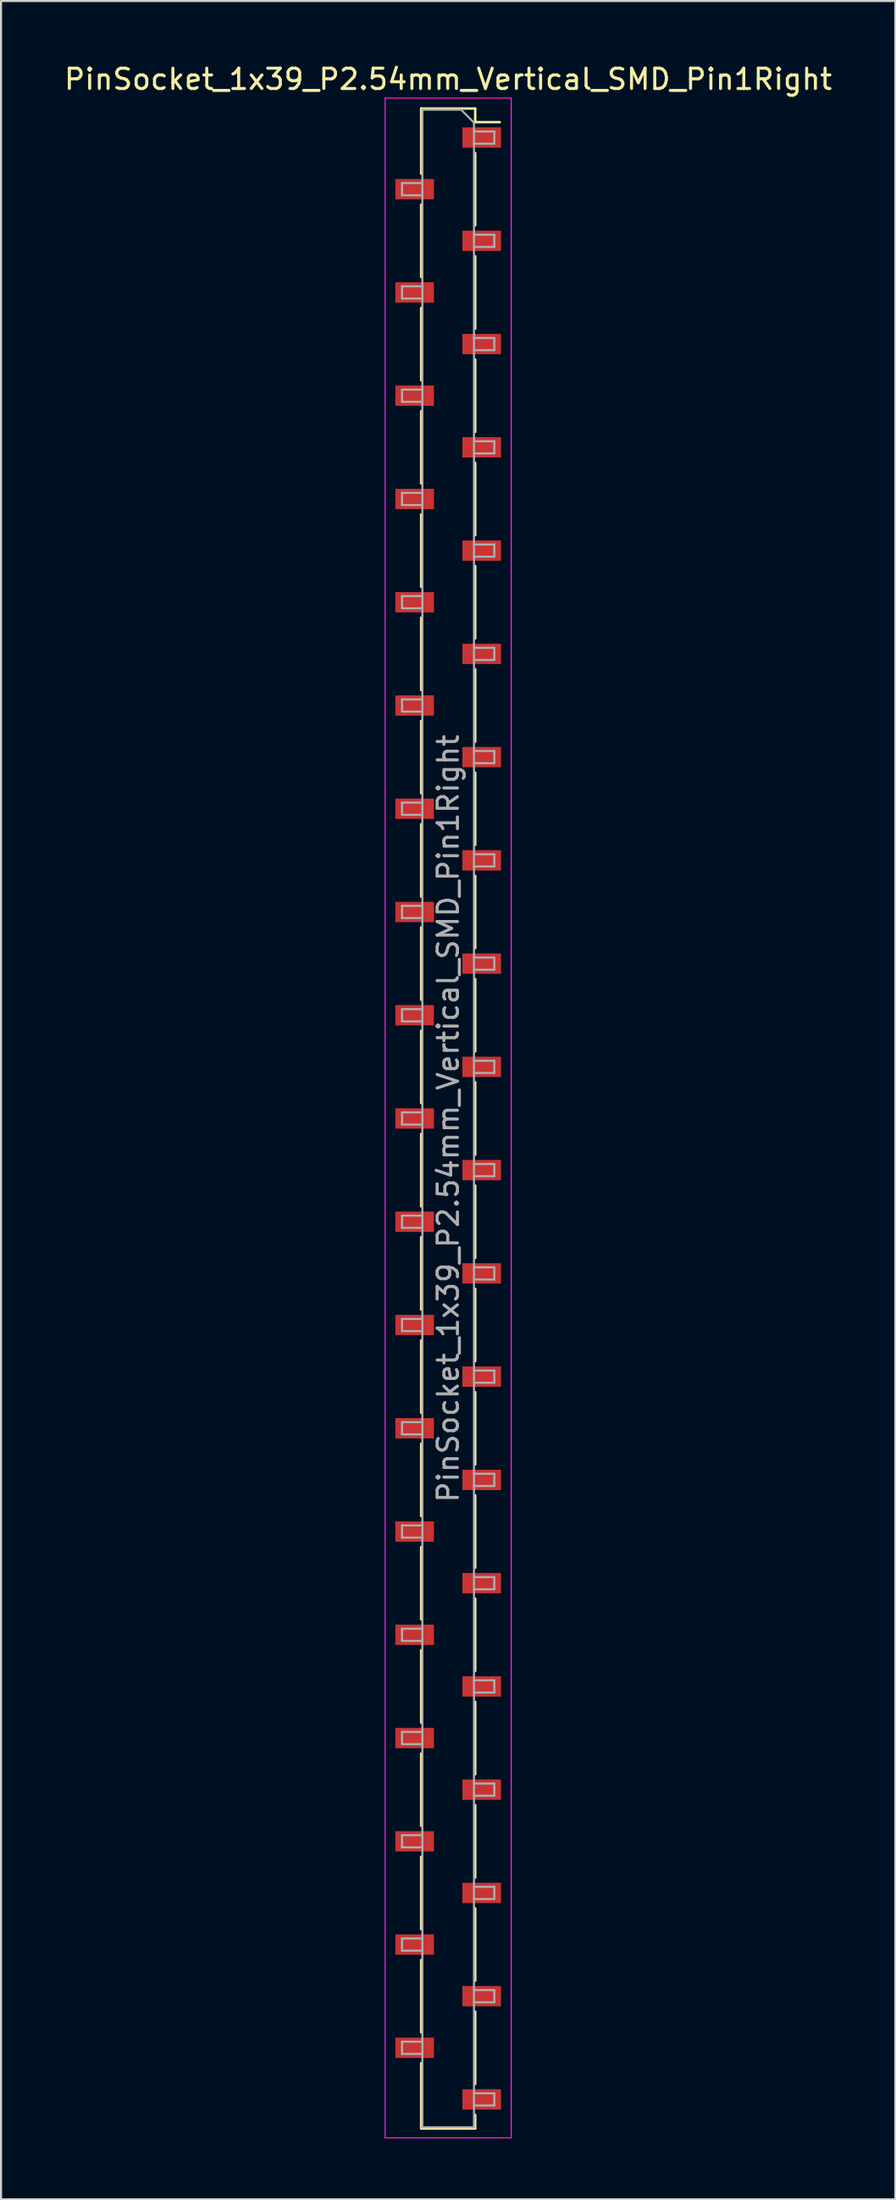
<source format=kicad_pcb>
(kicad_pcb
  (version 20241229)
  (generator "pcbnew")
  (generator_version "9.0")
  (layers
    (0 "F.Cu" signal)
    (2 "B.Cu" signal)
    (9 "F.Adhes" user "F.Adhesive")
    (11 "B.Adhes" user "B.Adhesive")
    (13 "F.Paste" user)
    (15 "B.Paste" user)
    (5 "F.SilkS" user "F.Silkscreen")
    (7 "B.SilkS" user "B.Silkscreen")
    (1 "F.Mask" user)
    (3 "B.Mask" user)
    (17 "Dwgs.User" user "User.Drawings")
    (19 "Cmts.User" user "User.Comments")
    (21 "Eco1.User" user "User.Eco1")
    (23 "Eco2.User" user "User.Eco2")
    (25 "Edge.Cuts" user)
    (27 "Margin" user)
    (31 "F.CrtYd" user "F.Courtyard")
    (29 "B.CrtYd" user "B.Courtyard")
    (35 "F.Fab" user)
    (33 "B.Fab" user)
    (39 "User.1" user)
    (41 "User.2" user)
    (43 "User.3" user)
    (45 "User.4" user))
  (footprint "PinSocket_1x39_P2.54mm_Vertical_SMD_Pin1Right"
    (layer "F.Cu")
    (at 19.006 51.978)
    (property "Reference" "PinSocket_1x39_P2.54mm_Vertical_SMD_Pin1Right" (at 0 -51.13 0) (layer "F.SilkS") (effects (font (size 1 1) (thickness 0.15))))
    (attr smd)
    (fp_line (start -1.33 -49.69) (end -1.33 -46.48) (stroke (width 0.12) (type solid)) (layer "F.SilkS"))
    (fp_line (start -1.33 -49.69) (end 1.33 -49.69) (stroke (width 0.12) (type solid)) (layer "F.SilkS"))
    (fp_line (start -1.33 -44.96) (end -1.33 -41.4) (stroke (width 0.12) (type solid)) (layer "F.SilkS"))
    (fp_line (start -1.33 -39.88) (end -1.33 -36.32) (stroke (width 0.12) (type solid)) (layer "F.SilkS"))
    (fp_line (start -1.33 -34.8) (end -1.33 -31.24) (stroke (width 0.12) (type solid)) (layer "F.SilkS"))
    (fp_line (start -1.33 -29.72) (end -1.33 -26.16) (stroke (width 0.12) (type solid)) (layer "F.SilkS"))
    (fp_line (start -1.33 -24.64) (end -1.33 -21.08) (stroke (width 0.12) (type solid)) (layer "F.SilkS"))
    (fp_line (start -1.33 -19.56) (end -1.33 -16) (stroke (width 0.12) (type solid)) (layer "F.SilkS"))
    (fp_line (start -1.33 -14.48) (end -1.33 -10.92) (stroke (width 0.12) (type solid)) (layer "F.SilkS"))
    (fp_line (start -1.33 -9.4) (end -1.33 -5.84) (stroke (width 0.12) (type solid)) (layer "F.SilkS"))
    (fp_line (start -1.33 -4.32) (end -1.33 -0.76) (stroke (width 0.12) (type solid)) (layer "F.SilkS"))
    (fp_line (start -1.33 0.76) (end -1.33 4.32) (stroke (width 0.12) (type solid)) (layer "F.SilkS"))
    (fp_line (start -1.33 5.84) (end -1.33 9.4) (stroke (width 0.12) (type solid)) (layer "F.SilkS"))
    (fp_line (start -1.33 10.92) (end -1.33 14.48) (stroke (width 0.12) (type solid)) (layer "F.SilkS"))
    (fp_line (start -1.33 16) (end -1.33 19.56) (stroke (width 0.12) (type solid)) (layer "F.SilkS"))
    (fp_line (start -1.33 21.08) (end -1.33 24.64) (stroke (width 0.12) (type solid)) (layer "F.SilkS"))
    (fp_line (start -1.33 26.16) (end -1.33 29.72) (stroke (width 0.12) (type solid)) (layer "F.SilkS"))
    (fp_line (start -1.33 31.24) (end -1.33 34.8) (stroke (width 0.12) (type solid)) (layer "F.SilkS"))
    (fp_line (start -1.33 36.32) (end -1.33 39.88) (stroke (width 0.12) (type solid)) (layer "F.SilkS"))
    (fp_line (start -1.33 41.4) (end -1.33 44.96) (stroke (width 0.12) (type solid)) (layer "F.SilkS"))
    (fp_line (start -1.33 46.48) (end -1.33 49.69) (stroke (width 0.12) (type solid)) (layer "F.SilkS"))
    (fp_line (start -1.33 49.69) (end 1.33 49.69) (stroke (width 0.12) (type solid)) (layer "F.SilkS"))
    (fp_line (start 1.33 -49.69) (end 1.33 -49.02) (stroke (width 0.12) (type solid)) (layer "F.SilkS"))
    (fp_line (start 1.33 -49.02) (end 2.54 -49.02) (stroke (width 0.12) (type solid)) (layer "F.SilkS"))
    (fp_line (start 1.33 -47.5) (end 1.33 -43.94) (stroke (width 0.12) (type solid)) (layer "F.SilkS"))
    (fp_line (start 1.33 -42.42) (end 1.33 -38.86) (stroke (width 0.12) (type solid)) (layer "F.SilkS"))
    (fp_line (start 1.33 -37.34) (end 1.33 -33.78) (stroke (width 0.12) (type solid)) (layer "F.SilkS"))
    (fp_line (start 1.33 -32.26) (end 1.33 -28.7) (stroke (width 0.12) (type solid)) (layer "F.SilkS"))
    (fp_line (start 1.33 -27.18) (end 1.33 -23.62) (stroke (width 0.12) (type solid)) (layer "F.SilkS"))
    (fp_line (start 1.33 -22.1) (end 1.33 -18.54) (stroke (width 0.12) (type solid)) (layer "F.SilkS"))
    (fp_line (start 1.33 -17.02) (end 1.33 -13.46) (stroke (width 0.12) (type solid)) (layer "F.SilkS"))
    (fp_line (start 1.33 -11.94) (end 1.33 -8.38) (stroke (width 0.12) (type solid)) (layer "F.SilkS"))
    (fp_line (start 1.33 -6.86) (end 1.33 -3.3) (stroke (width 0.12) (type solid)) (layer "F.SilkS"))
    (fp_line (start 1.33 -1.78) (end 1.33 1.78) (stroke (width 0.12) (type solid)) (layer "F.SilkS"))
    (fp_line (start 1.33 3.3) (end 1.33 6.86) (stroke (width 0.12) (type solid)) (layer "F.SilkS"))
    (fp_line (start 1.33 8.38) (end 1.33 11.94) (stroke (width 0.12) (type solid)) (layer "F.SilkS"))
    (fp_line (start 1.33 13.46) (end 1.33 17.02) (stroke (width 0.12) (type solid)) (layer "F.SilkS"))
    (fp_line (start 1.33 18.54) (end 1.33 22.1) (stroke (width 0.12) (type solid)) (layer "F.SilkS"))
    (fp_line (start 1.33 23.62) (end 1.33 27.18) (stroke (width 0.12) (type solid)) (layer "F.SilkS"))
    (fp_line (start 1.33 28.7) (end 1.33 32.26) (stroke (width 0.12) (type solid)) (layer "F.SilkS"))
    (fp_line (start 1.33 33.78) (end 1.33 37.34) (stroke (width 0.12) (type solid)) (layer "F.SilkS"))
    (fp_line (start 1.33 38.86) (end 1.33 42.42) (stroke (width 0.12) (type solid)) (layer "F.SilkS"))
    (fp_line (start 1.33 43.94) (end 1.33 47.5) (stroke (width 0.12) (type solid)) (layer "F.SilkS"))
    (fp_line (start 1.33 49.02) (end 1.33 49.69) (stroke (width 0.12) (type solid)) (layer "F.SilkS"))
    (fp_line (start -3.1 -50.2) (end 3.1 -50.2) (stroke (width 0.05) (type solid)) (layer "F.CrtYd"))
    (fp_line (start -3.1 50.15) (end -3.1 -50.2) (stroke (width 0.05) (type solid)) (layer "F.CrtYd"))
    (fp_line (start 3.1 -50.2) (end 3.1 50.15) (stroke (width 0.05) (type solid)) (layer "F.CrtYd"))
    (fp_line (start 3.1 50.15) (end -3.1 50.15) (stroke (width 0.05) (type solid)) (layer "F.CrtYd"))
    (fp_line (start -2.27 -46.02) (end -1.27 -46.02) (stroke (width 0.1) (type solid)) (layer "F.Fab"))
    (fp_line (start -2.27 -45.42) (end -2.27 -46.02) (stroke (width 0.1) (type solid)) (layer "F.Fab"))
    (fp_line (start -2.27 -40.94) (end -1.27 -40.94) (stroke (width 0.1) (type solid)) (layer "F.Fab"))
    (fp_line (start -2.27 -40.34) (end -2.27 -40.94) (stroke (width 0.1) (type solid)) (layer "F.Fab"))
    (fp_line (start -2.27 -35.86) (end -1.27 -35.86) (stroke (width 0.1) (type solid)) (layer "F.Fab"))
    (fp_line (start -2.27 -35.26) (end -2.27 -35.86) (stroke (width 0.1) (type solid)) (layer "F.Fab"))
    (fp_line (start -2.27 -30.78) (end -1.27 -30.78) (stroke (width 0.1) (type solid)) (layer "F.Fab"))
    (fp_line (start -2.27 -30.18) (end -2.27 -30.78) (stroke (width 0.1) (type solid)) (layer "F.Fab"))
    (fp_line (start -2.27 -25.7) (end -1.27 -25.7) (stroke (width 0.1) (type solid)) (layer "F.Fab"))
    (fp_line (start -2.27 -25.1) (end -2.27 -25.7) (stroke (width 0.1) (type solid)) (layer "F.Fab"))
    (fp_line (start -2.27 -20.62) (end -1.27 -20.62) (stroke (width 0.1) (type solid)) (layer "F.Fab"))
    (fp_line (start -2.27 -20.02) (end -2.27 -20.62) (stroke (width 0.1) (type solid)) (layer "F.Fab"))
    (fp_line (start -2.27 -15.54) (end -1.27 -15.54) (stroke (width 0.1) (type solid)) (layer "F.Fab"))
    (fp_line (start -2.27 -14.94) (end -2.27 -15.54) (stroke (width 0.1) (type solid)) (layer "F.Fab"))
    (fp_line (start -2.27 -10.46) (end -1.27 -10.46) (stroke (width 0.1) (type solid)) (layer "F.Fab"))
    (fp_line (start -2.27 -9.86) (end -2.27 -10.46) (stroke (width 0.1) (type solid)) (layer "F.Fab"))
    (fp_line (start -2.27 -5.38) (end -1.27 -5.38) (stroke (width 0.1) (type solid)) (layer "F.Fab"))
    (fp_line (start -2.27 -4.78) (end -2.27 -5.38) (stroke (width 0.1) (type solid)) (layer "F.Fab"))
    (fp_line (start -2.27 -0.3) (end -1.27 -0.3) (stroke (width 0.1) (type solid)) (layer "F.Fab"))
    (fp_line (start -2.27 0.3) (end -2.27 -0.3) (stroke (width 0.1) (type solid)) (layer "F.Fab"))
    (fp_line (start -2.27 4.78) (end -1.27 4.78) (stroke (width 0.1) (type solid)) (layer "F.Fab"))
    (fp_line (start -2.27 5.38) (end -2.27 4.78) (stroke (width 0.1) (type solid)) (layer "F.Fab"))
    (fp_line (start -2.27 9.86) (end -1.27 9.86) (stroke (width 0.1) (type solid)) (layer "F.Fab"))
    (fp_line (start -2.27 10.46) (end -2.27 9.86) (stroke (width 0.1) (type solid)) (layer "F.Fab"))
    (fp_line (start -2.27 14.94) (end -1.27 14.94) (stroke (width 0.1) (type solid)) (layer "F.Fab"))
    (fp_line (start -2.27 15.54) (end -2.27 14.94) (stroke (width 0.1) (type solid)) (layer "F.Fab"))
    (fp_line (start -2.27 20.02) (end -1.27 20.02) (stroke (width 0.1) (type solid)) (layer "F.Fab"))
    (fp_line (start -2.27 20.62) (end -2.27 20.02) (stroke (width 0.1) (type solid)) (layer "F.Fab"))
    (fp_line (start -2.27 25.1) (end -1.27 25.1) (stroke (width 0.1) (type solid)) (layer "F.Fab"))
    (fp_line (start -2.27 25.7) (end -2.27 25.1) (stroke (width 0.1) (type solid)) (layer "F.Fab"))
    (fp_line (start -2.27 30.18) (end -1.27 30.18) (stroke (width 0.1) (type solid)) (layer "F.Fab"))
    (fp_line (start -2.27 30.78) (end -2.27 30.18) (stroke (width 0.1) (type solid)) (layer "F.Fab"))
    (fp_line (start -2.27 35.26) (end -1.27 35.26) (stroke (width 0.1) (type solid)) (layer "F.Fab"))
    (fp_line (start -2.27 35.86) (end -2.27 35.26) (stroke (width 0.1) (type solid)) (layer "F.Fab"))
    (fp_line (start -2.27 40.34) (end -1.27 40.34) (stroke (width 0.1) (type solid)) (layer "F.Fab"))
    (fp_line (start -2.27 40.94) (end -2.27 40.34) (stroke (width 0.1) (type solid)) (layer "F.Fab"))
    (fp_line (start -2.27 45.42) (end -1.27 45.42) (stroke (width 0.1) (type solid)) (layer "F.Fab"))
    (fp_line (start -2.27 46.02) (end -2.27 45.42) (stroke (width 0.1) (type solid)) (layer "F.Fab"))
    (fp_line (start -1.27 -49.63) (end 0.635 -49.63) (stroke (width 0.1) (type solid)) (layer "F.Fab"))
    (fp_line (start -1.27 -45.42) (end -2.27 -45.42) (stroke (width 0.1) (type solid)) (layer "F.Fab"))
    (fp_line (start -1.27 -40.34) (end -2.27 -40.34) (stroke (width 0.1) (type solid)) (layer "F.Fab"))
    (fp_line (start -1.27 -35.26) (end -2.27 -35.26) (stroke (width 0.1) (type solid)) (layer "F.Fab"))
    (fp_line (start -1.27 -30.18) (end -2.27 -30.18) (stroke (width 0.1) (type solid)) (layer "F.Fab"))
    (fp_line (start -1.27 -25.1) (end -2.27 -25.1) (stroke (width 0.1) (type solid)) (layer "F.Fab"))
    (fp_line (start -1.27 -20.02) (end -2.27 -20.02) (stroke (width 0.1) (type solid)) (layer "F.Fab"))
    (fp_line (start -1.27 -14.94) (end -2.27 -14.94) (stroke (width 0.1) (type solid)) (layer "F.Fab"))
    (fp_line (start -1.27 -9.86) (end -2.27 -9.86) (stroke (width 0.1) (type solid)) (layer "F.Fab"))
    (fp_line (start -1.27 -4.78) (end -2.27 -4.78) (stroke (width 0.1) (type solid)) (layer "F.Fab"))
    (fp_line (start -1.27 0.3) (end -2.27 0.3) (stroke (width 0.1) (type solid)) (layer "F.Fab"))
    (fp_line (start -1.27 5.38) (end -2.27 5.38) (stroke (width 0.1) (type solid)) (layer "F.Fab"))
    (fp_line (start -1.27 10.46) (end -2.27 10.46) (stroke (width 0.1) (type solid)) (layer "F.Fab"))
    (fp_line (start -1.27 15.54) (end -2.27 15.54) (stroke (width 0.1) (type solid)) (layer "F.Fab"))
    (fp_line (start -1.27 20.62) (end -2.27 20.62) (stroke (width 0.1) (type solid)) (layer "F.Fab"))
    (fp_line (start -1.27 25.7) (end -2.27 25.7) (stroke (width 0.1) (type solid)) (layer "F.Fab"))
    (fp_line (start -1.27 30.78) (end -2.27 30.78) (stroke (width 0.1) (type solid)) (layer "F.Fab"))
    (fp_line (start -1.27 35.86) (end -2.27 35.86) (stroke (width 0.1) (type solid)) (layer "F.Fab"))
    (fp_line (start -1.27 40.94) (end -2.27 40.94) (stroke (width 0.1) (type solid)) (layer "F.Fab"))
    (fp_line (start -1.27 46.02) (end -2.27 46.02) (stroke (width 0.1) (type solid)) (layer "F.Fab"))
    (fp_line (start -1.27 49.63) (end -1.27 -49.63) (stroke (width 0.1) (type solid)) (layer "F.Fab"))
    (fp_line (start 0.635 -49.63) (end 1.27 -48.995) (stroke (width 0.1) (type solid)) (layer "F.Fab"))
    (fp_line (start 1.27 -48.995) (end 1.27 49.63) (stroke (width 0.1) (type solid)) (layer "F.Fab"))
    (fp_line (start 1.27 -48.56) (end 2.27 -48.56) (stroke (width 0.1) (type solid)) (layer "F.Fab"))
    (fp_line (start 1.27 -43.48) (end 2.27 -43.48) (stroke (width 0.1) (type solid)) (layer "F.Fab"))
    (fp_line (start 1.27 -38.4) (end 2.27 -38.4) (stroke (width 0.1) (type solid)) (layer "F.Fab"))
    (fp_line (start 1.27 -33.32) (end 2.27 -33.32) (stroke (width 0.1) (type solid)) (layer "F.Fab"))
    (fp_line (start 1.27 -28.24) (end 2.27 -28.24) (stroke (width 0.1) (type solid)) (layer "F.Fab"))
    (fp_line (start 1.27 -23.16) (end 2.27 -23.16) (stroke (width 0.1) (type solid)) (layer "F.Fab"))
    (fp_line (start 1.27 -18.08) (end 2.27 -18.08) (stroke (width 0.1) (type solid)) (layer "F.Fab"))
    (fp_line (start 1.27 -13) (end 2.27 -13) (stroke (width 0.1) (type solid)) (layer "F.Fab"))
    (fp_line (start 1.27 -7.92) (end 2.27 -7.92) (stroke (width 0.1) (type solid)) (layer "F.Fab"))
    (fp_line (start 1.27 -2.84) (end 2.27 -2.84) (stroke (width 0.1) (type solid)) (layer "F.Fab"))
    (fp_line (start 1.27 2.24) (end 2.27 2.24) (stroke (width 0.1) (type solid)) (layer "F.Fab"))
    (fp_line (start 1.27 7.32) (end 2.27 7.32) (stroke (width 0.1) (type solid)) (layer "F.Fab"))
    (fp_line (start 1.27 12.4) (end 2.27 12.4) (stroke (width 0.1) (type solid)) (layer "F.Fab"))
    (fp_line (start 1.27 17.48) (end 2.27 17.48) (stroke (width 0.1) (type solid)) (layer "F.Fab"))
    (fp_line (start 1.27 22.56) (end 2.27 22.56) (stroke (width 0.1) (type solid)) (layer "F.Fab"))
    (fp_line (start 1.27 27.64) (end 2.27 27.64) (stroke (width 0.1) (type solid)) (layer "F.Fab"))
    (fp_line (start 1.27 32.72) (end 2.27 32.72) (stroke (width 0.1) (type solid)) (layer "F.Fab"))
    (fp_line (start 1.27 37.8) (end 2.27 37.8) (stroke (width 0.1) (type solid)) (layer "F.Fab"))
    (fp_line (start 1.27 42.88) (end 2.27 42.88) (stroke (width 0.1) (type solid)) (layer "F.Fab"))
    (fp_line (start 1.27 47.96) (end 2.27 47.96) (stroke (width 0.1) (type solid)) (layer "F.Fab"))
    (fp_line (start 1.27 49.63) (end -1.27 49.63) (stroke (width 0.1) (type solid)) (layer "F.Fab"))
    (fp_line (start 2.27 -48.56) (end 2.27 -47.96) (stroke (width 0.1) (type solid)) (layer "F.Fab"))
    (fp_line (start 2.27 -47.96) (end 1.27 -47.96) (stroke (width 0.1) (type solid)) (layer "F.Fab"))
    (fp_line (start 2.27 -43.48) (end 2.27 -42.88) (stroke (width 0.1) (type solid)) (layer "F.Fab"))
    (fp_line (start 2.27 -42.88) (end 1.27 -42.88) (stroke (width 0.1) (type solid)) (layer "F.Fab"))
    (fp_line (start 2.27 -38.4) (end 2.27 -37.8) (stroke (width 0.1) (type solid)) (layer "F.Fab"))
    (fp_line (start 2.27 -37.8) (end 1.27 -37.8) (stroke (width 0.1) (type solid)) (layer "F.Fab"))
    (fp_line (start 2.27 -33.32) (end 2.27 -32.72) (stroke (width 0.1) (type solid)) (layer "F.Fab"))
    (fp_line (start 2.27 -32.72) (end 1.27 -32.72) (stroke (width 0.1) (type solid)) (layer "F.Fab"))
    (fp_line (start 2.27 -28.24) (end 2.27 -27.64) (stroke (width 0.1) (type solid)) (layer "F.Fab"))
    (fp_line (start 2.27 -27.64) (end 1.27 -27.64) (stroke (width 0.1) (type solid)) (layer "F.Fab"))
    (fp_line (start 2.27 -23.16) (end 2.27 -22.56) (stroke (width 0.1) (type solid)) (layer "F.Fab"))
    (fp_line (start 2.27 -22.56) (end 1.27 -22.56) (stroke (width 0.1) (type solid)) (layer "F.Fab"))
    (fp_line (start 2.27 -18.08) (end 2.27 -17.48) (stroke (width 0.1) (type solid)) (layer "F.Fab"))
    (fp_line (start 2.27 -17.48) (end 1.27 -17.48) (stroke (width 0.1) (type solid)) (layer "F.Fab"))
    (fp_line (start 2.27 -13) (end 2.27 -12.4) (stroke (width 0.1) (type solid)) (layer "F.Fab"))
    (fp_line (start 2.27 -12.4) (end 1.27 -12.4) (stroke (width 0.1) (type solid)) (layer "F.Fab"))
    (fp_line (start 2.27 -7.92) (end 2.27 -7.32) (stroke (width 0.1) (type solid)) (layer "F.Fab"))
    (fp_line (start 2.27 -7.32) (end 1.27 -7.32) (stroke (width 0.1) (type solid)) (layer "F.Fab"))
    (fp_line (start 2.27 -2.84) (end 2.27 -2.24) (stroke (width 0.1) (type solid)) (layer "F.Fab"))
    (fp_line (start 2.27 -2.24) (end 1.27 -2.24) (stroke (width 0.1) (type solid)) (layer "F.Fab"))
    (fp_line (start 2.27 2.24) (end 2.27 2.84) (stroke (width 0.1) (type solid)) (layer "F.Fab"))
    (fp_line (start 2.27 2.84) (end 1.27 2.84) (stroke (width 0.1) (type solid)) (layer "F.Fab"))
    (fp_line (start 2.27 7.32) (end 2.27 7.92) (stroke (width 0.1) (type solid)) (layer "F.Fab"))
    (fp_line (start 2.27 7.92) (end 1.27 7.92) (stroke (width 0.1) (type solid)) (layer "F.Fab"))
    (fp_line (start 2.27 12.4) (end 2.27 13) (stroke (width 0.1) (type solid)) (layer "F.Fab"))
    (fp_line (start 2.27 13) (end 1.27 13) (stroke (width 0.1) (type solid)) (layer "F.Fab"))
    (fp_line (start 2.27 17.48) (end 2.27 18.08) (stroke (width 0.1) (type solid)) (layer "F.Fab"))
    (fp_line (start 2.27 18.08) (end 1.27 18.08) (stroke (width 0.1) (type solid)) (layer "F.Fab"))
    (fp_line (start 2.27 22.56) (end 2.27 23.16) (stroke (width 0.1) (type solid)) (layer "F.Fab"))
    (fp_line (start 2.27 23.16) (end 1.27 23.16) (stroke (width 0.1) (type solid)) (layer "F.Fab"))
    (fp_line (start 2.27 27.64) (end 2.27 28.24) (stroke (width 0.1) (type solid)) (layer "F.Fab"))
    (fp_line (start 2.27 28.24) (end 1.27 28.24) (stroke (width 0.1) (type solid)) (layer "F.Fab"))
    (fp_line (start 2.27 32.72) (end 2.27 33.32) (stroke (width 0.1) (type solid)) (layer "F.Fab"))
    (fp_line (start 2.27 33.32) (end 1.27 33.32) (stroke (width 0.1) (type solid)) (layer "F.Fab"))
    (fp_line (start 2.27 37.8) (end 2.27 38.4) (stroke (width 0.1) (type solid)) (layer "F.Fab"))
    (fp_line (start 2.27 38.4) (end 1.27 38.4) (stroke (width 0.1) (type solid)) (layer "F.Fab"))
    (fp_line (start 2.27 42.88) (end 2.27 43.48) (stroke (width 0.1) (type solid)) (layer "F.Fab"))
    (fp_line (start 2.27 43.48) (end 1.27 43.48) (stroke (width 0.1) (type solid)) (layer "F.Fab"))
    (fp_line (start 2.27 47.96) (end 2.27 48.56) (stroke (width 0.1) (type solid)) (layer "F.Fab"))
    (fp_line (start 2.27 48.56) (end 1.27 48.56) (stroke (width 0.1) (type solid)) (layer "F.Fab"))
    (fp_text user "${REFERENCE}" (at 0 0 90) (layer "F.Fab") (effects (font (size 1 1) (thickness 0.15))))
    (pad "1" smd rect (at 1.65 -48.26) (size 1.9 1) (layers "F.Cu" "F.Mask" "F.Paste"))
    (pad "2" smd rect (at -1.65 -45.72) (size 1.9 1) (layers "F.Cu" "F.Mask" "F.Paste"))
    (pad "3" smd rect (at 1.65 -43.18) (size 1.9 1) (layers "F.Cu" "F.Mask" "F.Paste"))
    (pad "4" smd rect (at -1.65 -40.64) (size 1.9 1) (layers "F.Cu" "F.Mask" "F.Paste"))
    (pad "5" smd rect (at 1.65 -38.1) (size 1.9 1) (layers "F.Cu" "F.Mask" "F.Paste"))
    (pad "6" smd rect (at -1.65 -35.56) (size 1.9 1) (layers "F.Cu" "F.Mask" "F.Paste"))
    (pad "7" smd rect (at 1.65 -33.02) (size 1.9 1) (layers "F.Cu" "F.Mask" "F.Paste"))
    (pad "8" smd rect (at -1.65 -30.48) (size 1.9 1) (layers "F.Cu" "F.Mask" "F.Paste"))
    (pad "9" smd rect (at 1.65 -27.94) (size 1.9 1) (layers "F.Cu" "F.Mask" "F.Paste"))
    (pad "10" smd rect (at -1.65 -25.4) (size 1.9 1) (layers "F.Cu" "F.Mask" "F.Paste"))
    (pad "11" smd rect (at 1.65 -22.86) (size 1.9 1) (layers "F.Cu" "F.Mask" "F.Paste"))
    (pad "12" smd rect (at -1.65 -20.32) (size 1.9 1) (layers "F.Cu" "F.Mask" "F.Paste"))
    (pad "13" smd rect (at 1.65 -17.78) (size 1.9 1) (layers "F.Cu" "F.Mask" "F.Paste"))
    (pad "14" smd rect (at -1.65 -15.24) (size 1.9 1) (layers "F.Cu" "F.Mask" "F.Paste"))
    (pad "15" smd rect (at 1.65 -12.7) (size 1.9 1) (layers "F.Cu" "F.Mask" "F.Paste"))
    (pad "16" smd rect (at -1.65 -10.16) (size 1.9 1) (layers "F.Cu" "F.Mask" "F.Paste"))
    (pad "17" smd rect (at 1.65 -7.62) (size 1.9 1) (layers "F.Cu" "F.Mask" "F.Paste"))
    (pad "18" smd rect (at -1.65 -5.08) (size 1.9 1) (layers "F.Cu" "F.Mask" "F.Paste"))
    (pad "19" smd rect (at 1.65 -2.54) (size 1.9 1) (layers "F.Cu" "F.Mask" "F.Paste"))
    (pad "20" smd rect (at -1.65 0) (size 1.9 1) (layers "F.Cu" "F.Mask" "F.Paste"))
    (pad "21" smd rect (at 1.65 2.54) (size 1.9 1) (layers "F.Cu" "F.Mask" "F.Paste"))
    (pad "22" smd rect (at -1.65 5.08) (size 1.9 1) (layers "F.Cu" "F.Mask" "F.Paste"))
    (pad "23" smd rect (at 1.65 7.62) (size 1.9 1) (layers "F.Cu" "F.Mask" "F.Paste"))
    (pad "24" smd rect (at -1.65 10.16) (size 1.9 1) (layers "F.Cu" "F.Mask" "F.Paste"))
    (pad "25" smd rect (at 1.65 12.7) (size 1.9 1) (layers "F.Cu" "F.Mask" "F.Paste"))
    (pad "26" smd rect (at -1.65 15.24) (size 1.9 1) (layers "F.Cu" "F.Mask" "F.Paste"))
    (pad "27" smd rect (at 1.65 17.78) (size 1.9 1) (layers "F.Cu" "F.Mask" "F.Paste"))
    (pad "28" smd rect (at -1.65 20.32) (size 1.9 1) (layers "F.Cu" "F.Mask" "F.Paste"))
    (pad "29" smd rect (at 1.65 22.86) (size 1.9 1) (layers "F.Cu" "F.Mask" "F.Paste"))
    (pad "30" smd rect (at -1.65 25.4) (size 1.9 1) (layers "F.Cu" "F.Mask" "F.Paste"))
    (pad "31" smd rect (at 1.65 27.94) (size 1.9 1) (layers "F.Cu" "F.Mask" "F.Paste"))
    (pad "32" smd rect (at -1.65 30.48) (size 1.9 1) (layers "F.Cu" "F.Mask" "F.Paste"))
    (pad "33" smd rect (at 1.65 33.02) (size 1.9 1) (layers "F.Cu" "F.Mask" "F.Paste"))
    (pad "34" smd rect (at -1.65 35.56) (size 1.9 1) (layers "F.Cu" "F.Mask" "F.Paste"))
    (pad "35" smd rect (at 1.65 38.1) (size 1.9 1) (layers "F.Cu" "F.Mask" "F.Paste"))
    (pad "36" smd rect (at -1.65 40.64) (size 1.9 1) (layers "F.Cu" "F.Mask" "F.Paste"))
    (pad "37" smd rect (at 1.65 43.18) (size 1.9 1) (layers "F.Cu" "F.Mask" "F.Paste"))
    (pad "38" smd rect (at -1.65 45.72) (size 1.9 1) (layers "F.Cu" "F.Mask" "F.Paste"))
    (pad "39" smd rect (at 1.65 48.26) (size 1.9 1) (layers "F.Cu" "F.Mask" "F.Paste")))
  (gr_rect
    (start -3 -3)
    (end 41.012 105.153)
    (stroke (width 0.1) (type default))
    (fill no)
    (layer "Edge.Cuts")))
</source>
